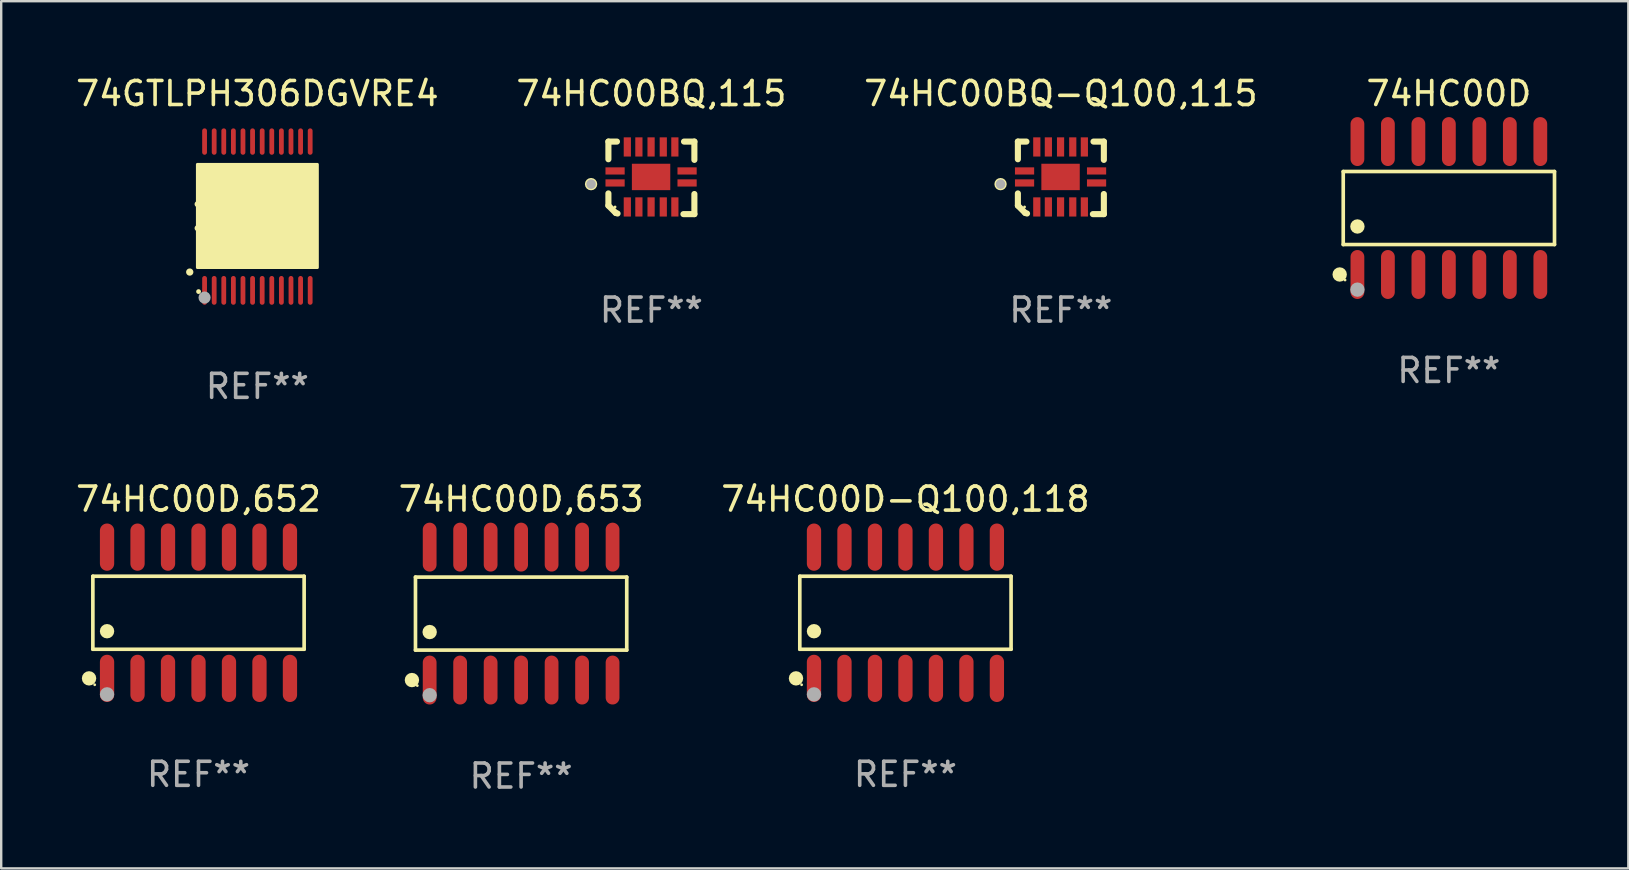
<source format=kicad_pcb>
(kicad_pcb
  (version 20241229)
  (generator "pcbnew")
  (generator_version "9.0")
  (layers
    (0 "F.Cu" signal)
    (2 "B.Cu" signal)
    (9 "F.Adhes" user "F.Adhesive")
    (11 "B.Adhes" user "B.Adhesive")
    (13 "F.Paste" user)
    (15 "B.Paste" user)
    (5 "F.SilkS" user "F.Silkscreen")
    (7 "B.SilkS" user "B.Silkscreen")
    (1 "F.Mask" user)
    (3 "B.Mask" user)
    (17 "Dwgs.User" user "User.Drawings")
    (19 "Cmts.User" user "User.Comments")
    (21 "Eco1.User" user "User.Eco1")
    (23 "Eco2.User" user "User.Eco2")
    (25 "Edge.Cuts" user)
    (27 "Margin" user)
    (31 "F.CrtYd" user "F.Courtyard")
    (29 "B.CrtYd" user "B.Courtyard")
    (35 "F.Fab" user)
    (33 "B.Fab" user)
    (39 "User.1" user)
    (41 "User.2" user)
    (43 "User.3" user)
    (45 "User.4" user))
  (footprint "74HC00BQ-Q100,115"
    (layer "F.Cu")
    (at 41.149 4.36)
    (property "Reference" "74HC00BQ-Q100,115" (at 0 -3.511 0) (layer "F.SilkS") (effects (font (size 1 1) (thickness 0.15))))
    (attr through_hole)
    (fp_line (start -1.791 -1.511) (end -1.435 -1.511) (stroke (width 0.254) (type solid)) (layer "F.SilkS"))
    (fp_line (start -1.791 -0.775) (end -1.791 -1.511) (stroke (width 0.254) (type solid)) (layer "F.SilkS"))
    (fp_line (start -1.791 1.156) (end -1.791 0.648) (stroke (width 0.254) (type solid)) (layer "F.SilkS"))
    (fp_line (start -1.486 1.461) (end -1.791 1.156) (stroke (width 0.254) (type solid)) (layer "F.SilkS"))
    (fp_line (start -1.41 1.486) (end -1.486 1.461) (stroke (width 0.254) (type solid)) (layer "F.SilkS"))
    (fp_line (start 1.334 1.511) (end 1.791 1.511) (stroke (width 0.254) (type solid)) (layer "F.SilkS"))
    (fp_line (start 1.791 -1.511) (end 1.359 -1.511) (stroke (width 0.254) (type solid)) (layer "F.SilkS"))
    (fp_line (start 1.791 -0.749) (end 1.791 -1.511) (stroke (width 0.254) (type solid)) (layer "F.SilkS"))
    (fp_line (start 1.791 1.511) (end 1.791 0.673) (stroke (width 0.254) (type solid)) (layer "F.SilkS"))
    (fp_circle (center -2.513 0.262) (end -2.383 0.262) (stroke (width 0.254) (type solid)) (fill no) (layer "F.SilkS"))
    (fp_circle (center -1.513 1.212) (end -1.483 1.212) (stroke (width 0.06) (type solid)) (fill no) (layer "F.SilkS"))
    (fp_circle (center -2.513 0.262) (end -2.413 0.262) (stroke (width 0.2) (type solid)) (fill no) (layer "F.Fab"))
    (fp_text user "REF**" (at 0 5.511 0) (layer "F.Fab") (effects (font (size 1 1) (thickness 0.15))))
    (pad "1" smd rect (at -1.513 0.212) (size 0.8 0.3) (layers "F.Cu" "F.Mask" "F.Paste"))
    (pad "2" smd rect (at -1.003 1.212) (size 0.3 0.8) (layers "F.Cu" "F.Mask" "F.Paste"))
    (pad "3" smd rect (at -0.521 1.212) (size 0.3 0.8) (layers "F.Cu" "F.Mask" "F.Paste"))
    (pad "4" smd rect (at -0.013 1.212) (size 0.3 0.8) (layers "F.Cu" "F.Mask" "F.Paste"))
    (pad "5" smd rect (at 0.495 1.212) (size 0.3 0.8) (layers "F.Cu" "F.Mask" "F.Paste"))
    (pad "6" smd rect (at 0.978 1.212) (size 0.3 0.8) (layers "F.Cu" "F.Mask" "F.Paste"))
    (pad "7" smd rect (at 1.487 0.212) (size 0.8 0.3) (layers "F.Cu" "F.Mask" "F.Paste"))
    (pad "8" smd rect (at 1.487 -0.288) (size 0.8 0.3) (layers "F.Cu" "F.Mask" "F.Paste"))
    (pad "9" smd rect (at 0.978 -1.288) (size 0.3 0.8) (layers "F.Cu" "F.Mask" "F.Paste"))
    (pad "10" smd rect (at 0.495 -1.288) (size 0.3 0.8) (layers "F.Cu" "F.Mask" "F.Paste"))
    (pad "11" smd rect (at -0.013 -1.288) (size 0.3 0.8) (layers "F.Cu" "F.Mask" "F.Paste"))
    (pad "12" smd rect (at -0.521 -1.288) (size 0.3 0.8) (layers "F.Cu" "F.Mask" "F.Paste"))
    (pad "13" smd rect (at -1.003 -1.288) (size 0.3 0.8) (layers "F.Cu" "F.Mask" "F.Paste"))
    (pad "14" smd rect (at -1.513 -0.288) (size 0.8 0.3) (layers "F.Cu" "F.Mask" "F.Paste"))
    (pad "15" smd rect (at -0.013 -0.038 90) (size 1.1 1.6) (layers "F.Cu" "F.Mask" "F.Paste")))
  (footprint "74HC00D"
    (layer "F.Cu")
    (at 57.314 5.617)
    (property "Reference" "74HC00D" (at 0 -4.769 0) (layer "F.SilkS") (effects (font (size 1 1) (thickness 0.15))))
    (attr through_hole)
    (fp_line (start -4.401 -1.521) (end 4.401 -1.521) (stroke (width 0.152) (type solid)) (layer "F.SilkS"))
    (fp_line (start -4.401 1.521) (end -4.401 -1.521) (stroke (width 0.152) (type solid)) (layer "F.SilkS"))
    (fp_line (start 4.401 -1.521) (end 4.401 1.521) (stroke (width 0.152) (type solid)) (layer "F.SilkS"))
    (fp_line (start 4.401 1.521) (end -4.401 1.521) (stroke (width 0.152) (type solid)) (layer "F.SilkS"))
    (fp_circle (center -4.549 2.769) (end -4.399 2.769) (stroke (width 0.3) (type solid)) (fill no) (layer "F.SilkS"))
    (fp_circle (center -4.325 3) (end -4.295 3) (stroke (width 0.06) (type solid)) (fill no) (layer "F.SilkS"))
    (fp_circle (center -3.81 0.769) (end -3.66 0.769) (stroke (width 0.3) (type solid)) (fill no) (layer "F.SilkS"))
    (fp_circle (center -3.81 3.4) (end -3.66 3.4) (stroke (width 0.3) (type solid)) (fill no) (layer "F.Fab"))
    (fp_text user "REF**" (at 0 6.769 0) (layer "F.Fab") (effects (font (size 1 1) (thickness 0.15))))
    (pad "1" smd oval (at -3.81 2.769) (size 0.574 2.038) (layers "F.Cu" "F.Mask" "F.Paste"))
    (pad "2" smd oval (at -2.54 2.769) (size 0.574 2.038) (layers "F.Cu" "F.Mask" "F.Paste"))
    (pad "3" smd oval (at -1.27 2.769) (size 0.574 2.038) (layers "F.Cu" "F.Mask" "F.Paste"))
    (pad "4" smd oval (at 0 2.769) (size 0.574 2.038) (layers "F.Cu" "F.Mask" "F.Paste"))
    (pad "5" smd oval (at 1.27 2.769) (size 0.574 2.038) (layers "F.Cu" "F.Mask" "F.Paste"))
    (pad "6" smd oval (at 2.54 2.769) (size 0.574 2.038) (layers "F.Cu" "F.Mask" "F.Paste"))
    (pad "7" smd oval (at 3.81 2.769) (size 0.574 2.038) (layers "F.Cu" "F.Mask" "F.Paste"))
    (pad "8" smd oval (at 3.81 -2.769) (size 0.574 2.038) (layers "F.Cu" "F.Mask" "F.Paste"))
    (pad "9" smd oval (at 2.54 -2.769) (size 0.574 2.038) (layers "F.Cu" "F.Mask" "F.Paste"))
    (pad "10" smd oval (at 1.27 -2.769) (size 0.574 2.038) (layers "F.Cu" "F.Mask" "F.Paste"))
    (pad "11" smd oval (at 0 -2.769) (size 0.574 2.038) (layers "F.Cu" "F.Mask" "F.Paste"))
    (pad "12" smd oval (at -1.27 -2.769) (size 0.574 2.038) (layers "F.Cu" "F.Mask" "F.Paste"))
    (pad "13" smd oval (at -2.54 -2.769) (size 0.574 2.038) (layers "F.Cu" "F.Mask" "F.Paste"))
    (pad "14" smd oval (at -3.81 -2.769) (size 0.574 2.038) (layers "F.Cu" "F.Mask" "F.Paste")))
  (footprint "74HC00D,653"
    (layer "F.Cu")
    (at 18.661 22.514)
    (property "Reference" "74HC00D,653" (at 0 -4.769 0) (layer "F.SilkS") (effects (font (size 1 1) (thickness 0.15))))
    (attr through_hole)
    (fp_line (start -4.401 -1.521) (end 4.401 -1.521) (stroke (width 0.152) (type solid)) (layer "F.SilkS"))
    (fp_line (start -4.401 1.521) (end -4.401 -1.521) (stroke (width 0.152) (type solid)) (layer "F.SilkS"))
    (fp_line (start 4.401 -1.521) (end 4.401 1.521) (stroke (width 0.152) (type solid)) (layer "F.SilkS"))
    (fp_line (start 4.401 1.521) (end -4.401 1.521) (stroke (width 0.152) (type solid)) (layer "F.SilkS"))
    (fp_circle (center -4.549 2.769) (end -4.399 2.769) (stroke (width 0.3) (type solid)) (fill no) (layer "F.SilkS"))
    (fp_circle (center -4.325 3) (end -4.295 3) (stroke (width 0.06) (type solid)) (fill no) (layer "F.SilkS"))
    (fp_circle (center -3.81 0.769) (end -3.66 0.769) (stroke (width 0.3) (type solid)) (fill no) (layer "F.SilkS"))
    (fp_circle (center -3.81 3.4) (end -3.66 3.4) (stroke (width 0.3) (type solid)) (fill no) (layer "F.Fab"))
    (fp_text user "REF**" (at 0 6.769 0) (layer "F.Fab") (effects (font (size 1 1) (thickness 0.15))))
    (pad "1" smd oval (at -3.81 2.769) (size 0.574 2.038) (layers "F.Cu" "F.Mask" "F.Paste"))
    (pad "2" smd oval (at -2.54 2.769) (size 0.574 2.038) (layers "F.Cu" "F.Mask" "F.Paste"))
    (pad "3" smd oval (at -1.27 2.769) (size 0.574 2.038) (layers "F.Cu" "F.Mask" "F.Paste"))
    (pad "4" smd oval (at 0 2.769) (size 0.574 2.038) (layers "F.Cu" "F.Mask" "F.Paste"))
    (pad "5" smd oval (at 1.27 2.769) (size 0.574 2.038) (layers "F.Cu" "F.Mask" "F.Paste"))
    (pad "6" smd oval (at 2.54 2.769) (size 0.574 2.038) (layers "F.Cu" "F.Mask" "F.Paste"))
    (pad "7" smd oval (at 3.81 2.769) (size 0.574 2.038) (layers "F.Cu" "F.Mask" "F.Paste"))
    (pad "8" smd oval (at 3.81 -2.769) (size 0.574 2.038) (layers "F.Cu" "F.Mask" "F.Paste"))
    (pad "9" smd oval (at 2.54 -2.769) (size 0.574 2.038) (layers "F.Cu" "F.Mask" "F.Paste"))
    (pad "10" smd oval (at 1.27 -2.769) (size 0.574 2.038) (layers "F.Cu" "F.Mask" "F.Paste"))
    (pad "11" smd oval (at 0 -2.769) (size 0.574 2.038) (layers "F.Cu" "F.Mask" "F.Paste"))
    (pad "12" smd oval (at -1.27 -2.769) (size 0.574 2.038) (layers "F.Cu" "F.Mask" "F.Paste"))
    (pad "13" smd oval (at -2.54 -2.769) (size 0.574 2.038) (layers "F.Cu" "F.Mask" "F.Paste"))
    (pad "14" smd oval (at -3.81 -2.769) (size 0.574 2.038) (layers "F.Cu" "F.Mask" "F.Paste")))
  (footprint "74HC00D,652"
    (layer "F.Cu")
    (at 5.22 22.479)
    (property "Reference" "74HC00D,652" (at 0 -4.734 0) (layer "F.SilkS") (effects (font (size 1 1) (thickness 0.15))))
    (attr through_hole)
    (fp_line (start -4.401 -1.521) (end 4.401 -1.521) (stroke (width 0.152) (type solid)) (layer "F.SilkS"))
    (fp_line (start -4.401 1.521) (end -4.401 -1.521) (stroke (width 0.152) (type solid)) (layer "F.SilkS"))
    (fp_line (start 4.401 -1.521) (end 4.401 1.521) (stroke (width 0.152) (type solid)) (layer "F.SilkS"))
    (fp_line (start 4.401 1.521) (end -4.401 1.521) (stroke (width 0.152) (type solid)) (layer "F.SilkS"))
    (fp_circle (center -4.56 2.734) (end -4.41 2.734) (stroke (width 0.3) (type solid)) (fill no) (layer "F.SilkS"))
    (fp_circle (center -4.325 3) (end -4.295 3) (stroke (width 0.06) (type solid)) (fill no) (layer "F.SilkS"))
    (fp_circle (center -3.81 0.769) (end -3.66 0.769) (stroke (width 0.3) (type solid)) (fill no) (layer "F.SilkS"))
    (fp_circle (center -3.81 3.4) (end -3.66 3.4) (stroke (width 0.3) (type solid)) (fill no) (layer "F.Fab"))
    (fp_text user "REF**" (at 0 6.734 0) (layer "F.Fab") (effects (font (size 1 1) (thickness 0.15))))
    (pad "1" smd oval (at -3.81 2.734) (size 0.595 1.968) (layers "F.Cu" "F.Mask" "F.Paste"))
    (pad "2" smd oval (at -2.54 2.734) (size 0.595 1.968) (layers "F.Cu" "F.Mask" "F.Paste"))
    (pad "3" smd oval (at -1.27 2.734) (size 0.595 1.968) (layers "F.Cu" "F.Mask" "F.Paste"))
    (pad "4" smd oval (at 0 2.734) (size 0.595 1.968) (layers "F.Cu" "F.Mask" "F.Paste"))
    (pad "5" smd oval (at 1.27 2.734) (size 0.595 1.968) (layers "F.Cu" "F.Mask" "F.Paste"))
    (pad "6" smd oval (at 2.54 2.734) (size 0.595 1.968) (layers "F.Cu" "F.Mask" "F.Paste"))
    (pad "7" smd oval (at 3.81 2.734) (size 0.595 1.968) (layers "F.Cu" "F.Mask" "F.Paste"))
    (pad "8" smd oval (at 3.81 -2.734) (size 0.595 1.968) (layers "F.Cu" "F.Mask" "F.Paste"))
    (pad "9" smd oval (at 2.54 -2.734) (size 0.595 1.968) (layers "F.Cu" "F.Mask" "F.Paste"))
    (pad "10" smd oval (at 1.27 -2.734) (size 0.595 1.968) (layers "F.Cu" "F.Mask" "F.Paste"))
    (pad "11" smd oval (at 0 -2.734) (size 0.595 1.968) (layers "F.Cu" "F.Mask" "F.Paste"))
    (pad "12" smd oval (at -1.27 -2.734) (size 0.595 1.968) (layers "F.Cu" "F.Mask" "F.Paste"))
    (pad "13" smd oval (at -2.54 -2.734) (size 0.595 1.968) (layers "F.Cu" "F.Mask" "F.Paste"))
    (pad "14" smd oval (at -3.81 -2.734) (size 0.595 1.968) (layers "F.Cu" "F.Mask" "F.Paste")))
  (footprint "74HC00D-Q100,118"
    (layer "F.Cu")
    (at 34.673 22.479)
    (property "Reference" "74HC00D-Q100,118" (at 0 -4.734 0) (layer "F.SilkS") (effects (font (size 1 1) (thickness 0.15))))
    (attr through_hole)
    (fp_line (start -4.401 -1.521) (end 4.401 -1.521) (stroke (width 0.152) (type solid)) (layer "F.SilkS"))
    (fp_line (start -4.401 1.521) (end -4.401 -1.521) (stroke (width 0.152) (type solid)) (layer "F.SilkS"))
    (fp_line (start 4.401 -1.521) (end 4.401 1.521) (stroke (width 0.152) (type solid)) (layer "F.SilkS"))
    (fp_line (start 4.401 1.521) (end -4.401 1.521) (stroke (width 0.152) (type solid)) (layer "F.SilkS"))
    (fp_circle (center -4.56 2.734) (end -4.41 2.734) (stroke (width 0.3) (type solid)) (fill no) (layer "F.SilkS"))
    (fp_circle (center -4.325 3) (end -4.295 3) (stroke (width 0.06) (type solid)) (fill no) (layer "F.SilkS"))
    (fp_circle (center -3.81 0.769) (end -3.66 0.769) (stroke (width 0.3) (type solid)) (fill no) (layer "F.SilkS"))
    (fp_circle (center -3.81 3.4) (end -3.66 3.4) (stroke (width 0.3) (type solid)) (fill no) (layer "F.Fab"))
    (fp_text user "REF**" (at 0 6.734 0) (layer "F.Fab") (effects (font (size 1 1) (thickness 0.15))))
    (pad "1" smd oval (at -3.81 2.734) (size 0.595 1.968) (layers "F.Cu" "F.Mask" "F.Paste"))
    (pad "2" smd oval (at -2.54 2.734) (size 0.595 1.968) (layers "F.Cu" "F.Mask" "F.Paste"))
    (pad "3" smd oval (at -1.27 2.734) (size 0.595 1.968) (layers "F.Cu" "F.Mask" "F.Paste"))
    (pad "4" smd oval (at 0 2.734) (size 0.595 1.968) (layers "F.Cu" "F.Mask" "F.Paste"))
    (pad "5" smd oval (at 1.27 2.734) (size 0.595 1.968) (layers "F.Cu" "F.Mask" "F.Paste"))
    (pad "6" smd oval (at 2.54 2.734) (size 0.595 1.968) (layers "F.Cu" "F.Mask" "F.Paste"))
    (pad "7" smd oval (at 3.81 2.734) (size 0.595 1.968) (layers "F.Cu" "F.Mask" "F.Paste"))
    (pad "8" smd oval (at 3.81 -2.734) (size 0.595 1.968) (layers "F.Cu" "F.Mask" "F.Paste"))
    (pad "9" smd oval (at 2.54 -2.734) (size 0.595 1.968) (layers "F.Cu" "F.Mask" "F.Paste"))
    (pad "10" smd oval (at 1.27 -2.734) (size 0.595 1.968) (layers "F.Cu" "F.Mask" "F.Paste"))
    (pad "11" smd oval (at 0 -2.734) (size 0.595 1.968) (layers "F.Cu" "F.Mask" "F.Paste"))
    (pad "12" smd oval (at -1.27 -2.734) (size 0.595 1.968) (layers "F.Cu" "F.Mask" "F.Paste"))
    (pad "13" smd oval (at -2.54 -2.734) (size 0.595 1.968) (layers "F.Cu" "F.Mask" "F.Paste"))
    (pad "14" smd oval (at -3.81 -2.734) (size 0.595 1.968) (layers "F.Cu" "F.Mask" "F.Paste")))
  (footprint "74HC00BQ,115"
    (layer "F.Cu")
    (at 24.089 4.36)
    (property "Reference" "74HC00BQ,115" (at 0 -3.511 0) (layer "F.SilkS") (effects (font (size 1 1) (thickness 0.15))))
    (attr through_hole)
    (fp_line (start -1.791 -1.511) (end -1.435 -1.511) (stroke (width 0.254) (type solid)) (layer "F.SilkS"))
    (fp_line (start -1.791 -0.775) (end -1.791 -1.511) (stroke (width 0.254) (type solid)) (layer "F.SilkS"))
    (fp_line (start -1.791 1.156) (end -1.791 0.648) (stroke (width 0.254) (type solid)) (layer "F.SilkS"))
    (fp_line (start -1.486 1.461) (end -1.791 1.156) (stroke (width 0.254) (type solid)) (layer "F.SilkS"))
    (fp_line (start -1.41 1.486) (end -1.486 1.461) (stroke (width 0.254) (type solid)) (layer "F.SilkS"))
    (fp_line (start 1.334 1.511) (end 1.791 1.511) (stroke (width 0.254) (type solid)) (layer "F.SilkS"))
    (fp_line (start 1.791 -1.511) (end 1.359 -1.511) (stroke (width 0.254) (type solid)) (layer "F.SilkS"))
    (fp_line (start 1.791 -0.749) (end 1.791 -1.511) (stroke (width 0.254) (type solid)) (layer "F.SilkS"))
    (fp_line (start 1.791 1.511) (end 1.791 0.673) (stroke (width 0.254) (type solid)) (layer "F.SilkS"))
    (fp_circle (center -2.513 0.262) (end -2.383 0.262) (stroke (width 0.254) (type solid)) (fill no) (layer "F.SilkS"))
    (fp_circle (center -1.513 1.212) (end -1.483 1.212) (stroke (width 0.06) (type solid)) (fill no) (layer "F.SilkS"))
    (fp_circle (center -2.513 0.262) (end -2.413 0.262) (stroke (width 0.2) (type solid)) (fill no) (layer "F.Fab"))
    (fp_text user "REF**" (at 0 5.511 0) (layer "F.Fab") (effects (font (size 1 1) (thickness 0.15))))
    (pad "1" smd rect (at -1.513 0.212) (size 0.8 0.3) (layers "F.Cu" "F.Mask" "F.Paste"))
    (pad "2" smd rect (at -1.003 1.212) (size 0.3 0.8) (layers "F.Cu" "F.Mask" "F.Paste"))
    (pad "3" smd rect (at -0.521 1.212) (size 0.3 0.8) (layers "F.Cu" "F.Mask" "F.Paste"))
    (pad "4" smd rect (at -0.013 1.212) (size 0.3 0.8) (layers "F.Cu" "F.Mask" "F.Paste"))
    (pad "5" smd rect (at 0.495 1.212) (size 0.3 0.8) (layers "F.Cu" "F.Mask" "F.Paste"))
    (pad "6" smd rect (at 0.978 1.212) (size 0.3 0.8) (layers "F.Cu" "F.Mask" "F.Paste"))
    (pad "7" smd rect (at 1.487 0.212) (size 0.8 0.3) (layers "F.Cu" "F.Mask" "F.Paste"))
    (pad "8" smd rect (at 1.487 -0.288) (size 0.8 0.3) (layers "F.Cu" "F.Mask" "F.Paste"))
    (pad "9" smd rect (at 0.978 -1.288) (size 0.3 0.8) (layers "F.Cu" "F.Mask" "F.Paste"))
    (pad "10" smd rect (at 0.495 -1.288) (size 0.3 0.8) (layers "F.Cu" "F.Mask" "F.Paste"))
    (pad "11" smd rect (at -0.013 -1.288) (size 0.3 0.8) (layers "F.Cu" "F.Mask" "F.Paste"))
    (pad "12" smd rect (at -0.521 -1.288) (size 0.3 0.8) (layers "F.Cu" "F.Mask" "F.Paste"))
    (pad "13" smd rect (at -1.003 -1.288) (size 0.3 0.8) (layers "F.Cu" "F.Mask" "F.Paste"))
    (pad "14" smd rect (at -1.513 -0.288) (size 0.8 0.3) (layers "F.Cu" "F.Mask" "F.Paste"))
    (pad "15" smd rect (at -0.013 -0.038 90) (size 1.1 1.6) (layers "F.Cu" "F.Mask" "F.Paste")))
  (footprint "74GTLPH306DGVRE4"
    (layer "F.Cu")
    (at 7.673 5.948)
    (property "Reference" "74GTLPH306DGVRE4" (at 0 -5.1 0) (layer "F.SilkS") (effects (font (size 1 1) (thickness 0.15))))
    (attr through_hole)
    (fp_arc (start -2.819355 2.336703) (mid -2.818085 2.336698) (end -2.816815 2.336703) (stroke (width 0.3) (type solid)) (layer "F.SilkS"))
    (fp_arc (start -2.489154 -0.492863) (mid -1.989154 0.007518) (end -2.489154 0.507899) (stroke (width 0.254001) (type solid)) (layer "F.SilkS"))
    (fp_circle (center -2.45 3.15) (end -2.4 3.15) (stroke (width 0.1) (type solid)) (fill no) (layer "F.SilkS"))
    (fp_poly (pts (xy -2.5 -2.15) (xy 2.5 -2.15) (xy 2.5 2.15) (xy -2.5 2.15)) (stroke (width 0.12) (type solid)) (fill yes) (layer "F.SilkS"))
    (fp_circle (center -2.2 3.4) (end -2.073 3.4) (stroke (width 0.254) (type solid)) (fill no) (layer "F.Fab"))
    (fp_text user "REF**" (at 0 7.1 0) (layer "F.Fab") (effects (font (size 1 1) (thickness 0.15))))
    (pad "1" smd oval (at -2.2 3.1 180) (size 0.2 1.2) (layers "F.Cu" "F.Mask" "F.Paste"))
    (pad "2" smd oval (at -1.8 3.1 180) (size 0.2 1.2) (layers "F.Cu" "F.Mask" "F.Paste"))
    (pad "3" smd oval (at -1.4 3.1 180) (size 0.2 1.2) (layers "F.Cu" "F.Mask" "F.Paste"))
    (pad "4" smd oval (at -1 3.1 180) (size 0.2 1.2) (layers "F.Cu" "F.Mask" "F.Paste"))
    (pad "5" smd oval (at -0.6 3.1 180) (size 0.2 1.2) (layers "F.Cu" "F.Mask" "F.Paste"))
    (pad "6" smd oval (at -0.2 3.1 180) (size 0.2 1.2) (layers "F.Cu" "F.Mask" "F.Paste"))
    (pad "7" smd oval (at 0.2 3.1 180) (size 0.2 1.2) (layers "F.Cu" "F.Mask" "F.Paste"))
    (pad "8" smd oval (at 0.6 3.1 180) (size 0.2 1.2) (layers "F.Cu" "F.Mask" "F.Paste"))
    (pad "9" smd oval (at 1 3.1 180) (size 0.2 1.2) (layers "F.Cu" "F.Mask" "F.Paste"))
    (pad "10" smd oval (at 1.4 3.1 180) (size 0.2 1.2) (layers "F.Cu" "F.Mask" "F.Paste"))
    (pad "11" smd oval (at 1.8 3.1 180) (size 0.2 1.2) (layers "F.Cu" "F.Mask" "F.Paste"))
    (pad "12" smd oval (at 2.2 3.1 180) (size 0.2 1.2) (layers "F.Cu" "F.Mask" "F.Paste"))
    (pad "13" smd oval (at 2.2 -3.1 180) (size 0.2 1.1) (layers "F.Cu" "F.Mask" "F.Paste"))
    (pad "14" smd oval (at 1.8 -3.1 180) (size 0.2 1.1) (layers "F.Cu" "F.Mask" "F.Paste"))
    (pad "15" smd oval (at 1.4 -3.1 180) (size 0.2 1.1) (layers "F.Cu" "F.Mask" "F.Paste"))
    (pad "16" smd oval (at 1 -3.1 180) (size 0.2 1.1) (layers "F.Cu" "F.Mask" "F.Paste"))
    (pad "17" smd oval (at 0.6 -3.1 180) (size 0.2 1.1) (layers "F.Cu" "F.Mask" "F.Paste"))
    (pad "18" smd oval (at 0.2 -3.1 180) (size 0.2 1.1) (layers "F.Cu" "F.Mask" "F.Paste"))
    (pad "19" smd oval (at -0.2 -3.1 180) (size 0.2 1.1) (layers "F.Cu" "F.Mask" "F.Paste"))
    (pad "20" smd oval (at -0.6 -3.1 180) (size 0.2 1.1) (layers "F.Cu" "F.Mask" "F.Paste"))
    (pad "21" smd oval (at -1 -3.1 180) (size 0.2 1.1) (layers "F.Cu" "F.Mask" "F.Paste"))
    (pad "22" smd oval (at -1.4 -3.1 180) (size 0.2 1.1) (layers "F.Cu" "F.Mask" "F.Paste"))
    (pad "23" smd oval (at -1.8 -3.1 180) (size 0.2 1.1) (layers "F.Cu" "F.Mask" "F.Paste"))
    (pad "24" smd oval (at -2.2 -3.1 180) (size 0.2 1.1) (layers "F.Cu" "F.Mask" "F.Paste")))
  (gr_rect
    (start -3 -3)
    (end 64.791 33.131)
    (stroke (width 0.1) (type default))
    (fill no)
    (layer "Edge.Cuts")))
</source>
